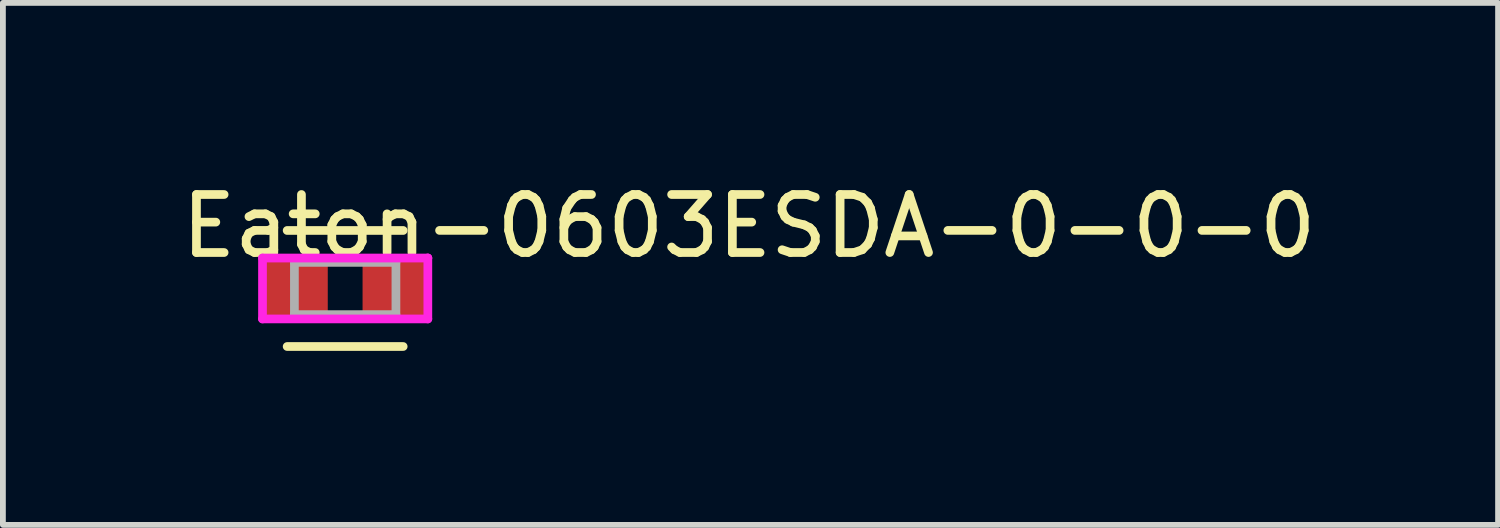
<source format=kicad_pcb>
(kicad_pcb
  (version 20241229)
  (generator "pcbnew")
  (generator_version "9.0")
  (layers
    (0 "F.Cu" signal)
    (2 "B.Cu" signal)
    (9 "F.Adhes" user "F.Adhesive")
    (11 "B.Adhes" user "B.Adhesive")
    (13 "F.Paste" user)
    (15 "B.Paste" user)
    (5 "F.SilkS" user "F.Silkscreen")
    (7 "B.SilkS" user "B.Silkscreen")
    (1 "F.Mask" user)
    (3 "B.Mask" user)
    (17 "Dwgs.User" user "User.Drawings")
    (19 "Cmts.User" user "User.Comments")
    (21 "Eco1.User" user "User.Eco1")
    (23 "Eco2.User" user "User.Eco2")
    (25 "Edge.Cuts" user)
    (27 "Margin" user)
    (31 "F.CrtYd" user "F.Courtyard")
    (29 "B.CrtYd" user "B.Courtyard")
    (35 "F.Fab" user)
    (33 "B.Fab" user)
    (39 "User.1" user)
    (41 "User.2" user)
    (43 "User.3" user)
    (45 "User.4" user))
  (footprint "Eaton-0603ESDA-0-0-0"
    (layer "F.Cu")
    (at 2.9 1.923)
    (property "Reference" "Eaton-0603ESDA-0-0-0" (at -2.9 -1.075 0) (layer "F.SilkS") (effects (font (size 1 1) (thickness 0.15)) (justify left)))
    (attr through_hole)
    (fp_line (start -1 -1) (end 1 -1) (stroke (width 0.15) (type solid)) (layer "F.SilkS"))
    (fp_line (start -1 1) (end 1 1) (stroke (width 0.15) (type solid)) (layer "F.SilkS"))
    (fp_line (start -1.425 -0.525) (end -1.425 0.525) (stroke (width 0.15) (type solid)) (layer "F.CrtYd"))
    (fp_line (start -1.425 0.525) (end 1.425 0.525) (stroke (width 0.15) (type solid)) (layer "F.CrtYd"))
    (fp_line (start 1.425 -0.525) (end -1.425 -0.525) (stroke (width 0.15) (type solid)) (layer "F.CrtYd"))
    (fp_line (start 1.425 -0.525) (end 1.425 -0.525) (stroke (width 0.15) (type solid)) (layer "F.CrtYd"))
    (fp_line (start 1.425 0.525) (end 1.425 -0.525) (stroke (width 0.15) (type solid)) (layer "F.CrtYd"))
    (fp_line (start -0.875 -0.45) (end 0.875 -0.45) (stroke (width 0.15) (type solid)) (layer "F.Fab"))
    (fp_line (start -0.875 0.45) (end -0.875 -0.45) (stroke (width 0.15) (type solid)) (layer "F.Fab"))
    (fp_line (start 0.875 -0.45) (end 0.875 0.45) (stroke (width 0.15) (type solid)) (layer "F.Fab"))
    (fp_line (start 0.875 0.45) (end -0.875 0.45) (stroke (width 0.15) (type solid)) (layer "F.Fab"))
    (pad "1" smd rect (at -0.85 0) (size 1.1 1) (layers "F.Cu" "F.Mask" "F.Paste"))
    (pad "2" smd rect (at 0.85 0) (size 1.1 1) (layers "F.Cu" "F.Mask" "F.Paste")))
  (gr_rect
    (start -3 -3)
    (end 22.774 5.998)
    (stroke (width 0.1) (type default))
    (fill no)
    (layer "Edge.Cuts")))
</source>
